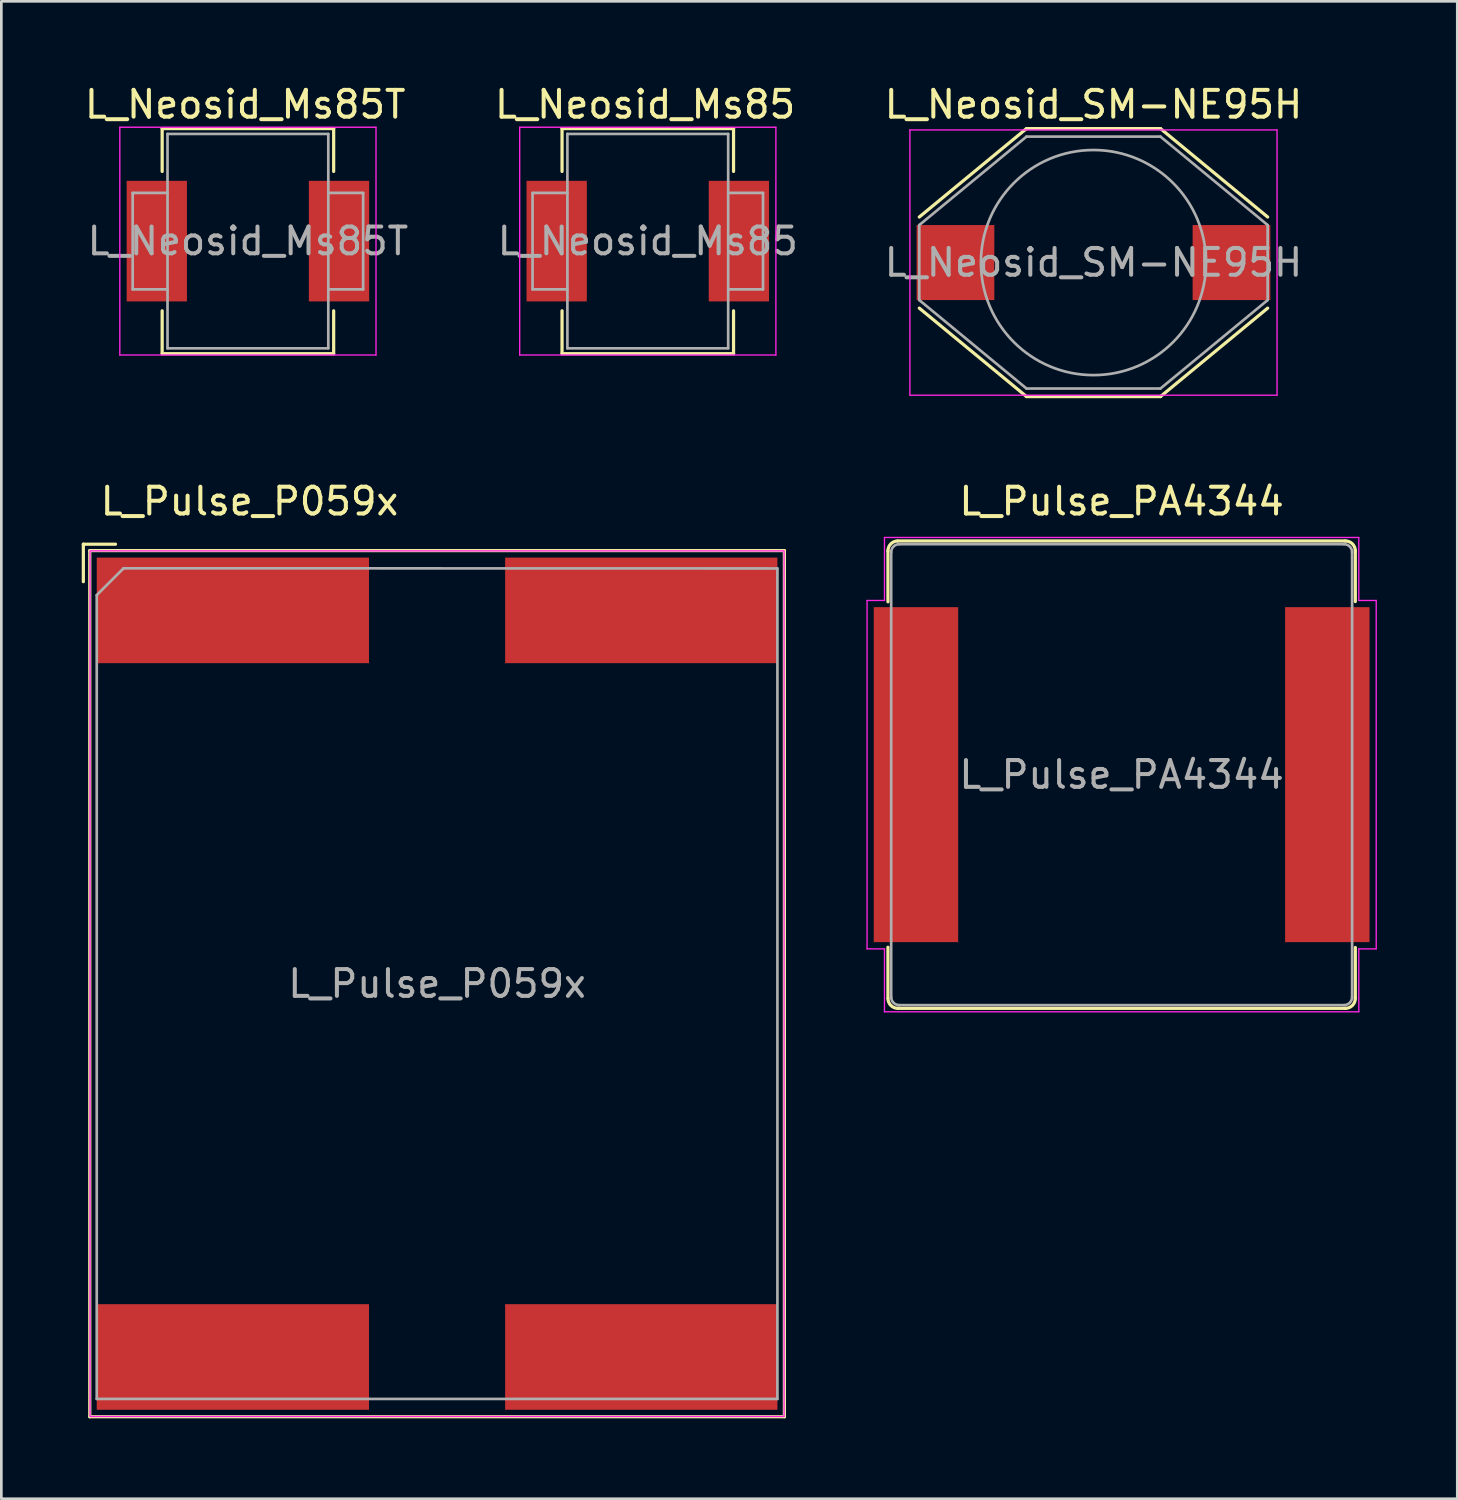
<source format=kicad_pcb>
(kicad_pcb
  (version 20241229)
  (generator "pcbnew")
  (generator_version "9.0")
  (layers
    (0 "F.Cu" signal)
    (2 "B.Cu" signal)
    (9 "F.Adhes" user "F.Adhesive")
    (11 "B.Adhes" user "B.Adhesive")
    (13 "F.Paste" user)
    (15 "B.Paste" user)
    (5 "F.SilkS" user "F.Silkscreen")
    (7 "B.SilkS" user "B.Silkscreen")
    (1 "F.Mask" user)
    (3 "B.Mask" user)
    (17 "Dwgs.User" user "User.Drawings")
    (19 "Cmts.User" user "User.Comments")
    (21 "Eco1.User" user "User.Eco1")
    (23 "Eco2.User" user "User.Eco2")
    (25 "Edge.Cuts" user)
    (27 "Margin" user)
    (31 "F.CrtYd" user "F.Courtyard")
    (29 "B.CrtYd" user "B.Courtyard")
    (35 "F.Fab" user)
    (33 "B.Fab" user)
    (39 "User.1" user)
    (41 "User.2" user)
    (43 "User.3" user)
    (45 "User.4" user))
  (footprint "L_Neosid_Ms85T"
    (layer "F.Cu")
    (at 6.201 5.948)
    (property "Reference" "L_Neosid_Ms85T" (at -0.1 -5.1 0) (layer "F.SilkS") (effects (font (size 1 1) (thickness 0.15))))
    (attr smd)
    (fp_line (start -3.2 -4.2) (end -3.2 -2.6) (stroke (width 0.12) (type solid)) (layer "F.SilkS"))
    (fp_line (start -3.2 2.6) (end -3.2 4.2) (stroke (width 0.12) (type solid)) (layer "F.SilkS"))
    (fp_line (start -3.2 4.2) (end 3.2 4.2) (stroke (width 0.12) (type solid)) (layer "F.SilkS"))
    (fp_line (start 3.2 -4.2) (end -3.2 -4.2) (stroke (width 0.12) (type solid)) (layer "F.SilkS"))
    (fp_line (start 3.2 -2.6) (end 3.2 -4.2) (stroke (width 0.12) (type solid)) (layer "F.SilkS"))
    (fp_line (start 3.2 4.2) (end 3.2 2.6) (stroke (width 0.12) (type solid)) (layer "F.SilkS"))
    (fp_line (start -4.78 -4.25) (end -4.78 4.25) (stroke (width 0.05) (type solid)) (layer "F.CrtYd"))
    (fp_line (start -4.78 -4.25) (end 4.78 -4.25) (stroke (width 0.05) (type solid)) (layer "F.CrtYd"))
    (fp_line (start 4.78 4.25) (end -4.78 4.25) (stroke (width 0.05) (type solid)) (layer "F.CrtYd"))
    (fp_line (start 4.78 4.25) (end 4.78 -4.25) (stroke (width 0.05) (type solid)) (layer "F.CrtYd"))
    (fp_line (start -4.3 -1.8) (end -4.3 1.8) (stroke (width 0.1) (type solid)) (layer "F.Fab"))
    (fp_line (start -4.3 -1.8) (end -3 -1.8) (stroke (width 0.1) (type solid)) (layer "F.Fab"))
    (fp_line (start -4.3 1.8) (end -3 1.8) (stroke (width 0.1) (type solid)) (layer "F.Fab"))
    (fp_line (start -3 -4) (end 3 -4) (stroke (width 0.1) (type solid)) (layer "F.Fab"))
    (fp_line (start -3 4) (end -3 -4) (stroke (width 0.1) (type solid)) (layer "F.Fab"))
    (fp_line (start 3 -4) (end 3 4) (stroke (width 0.1) (type solid)) (layer "F.Fab"))
    (fp_line (start 3 1.8) (end 4.3 1.8) (stroke (width 0.1) (type solid)) (layer "F.Fab"))
    (fp_line (start 3 4) (end -3 4) (stroke (width 0.1) (type solid)) (layer "F.Fab"))
    (fp_line (start 4.3 -1.8) (end 3 -1.8) (stroke (width 0.1) (type solid)) (layer "F.Fab"))
    (fp_line (start 4.3 1.8) (end 4.3 -1.8) (stroke (width 0.1) (type solid)) (layer "F.Fab"))
    (fp_text user "${REFERENCE}" (at 0 0 0) (layer "F.Fab") (effects (font (size 1 1) (thickness 0.15))))
    (pad "1" smd rect (at -3.4 0) (size 2.25 4.5) (layers "F.Cu" "F.Mask" "F.Paste"))
    (pad "2" smd rect (at 3.4 0) (size 2.25 4.5) (layers "F.Cu" "F.Mask" "F.Paste")))
  (footprint "L_Pulse_P059x"
    (layer "F.Cu")
    (at 13.26 33.657)
    (property "Reference" "L_Pulse_P059x" (at -7 -18 0) (unlocked yes) (layer "F.SilkS") (effects (font (size 1 1) (thickness 0.15))))
    (attr smd)
    (fp_line (start -13.2 -16.4) (end -12 -16.4) (stroke (width 0.12) (type solid)) (layer "F.SilkS"))
    (fp_line (start -13.2 -15) (end -13.2 -16.4) (stroke (width 0.12) (type solid)) (layer "F.SilkS"))
    (fp_line (start -12.96 -16.16) (end 12.96 -16.16) (stroke (width 0.12) (type solid)) (layer "F.SilkS"))
    (fp_line (start -12.96 16.16) (end -12.96 -16.16) (stroke (width 0.12) (type solid)) (layer "F.SilkS"))
    (fp_line (start 12.96 -16.16) (end 12.96 16.16) (stroke (width 0.12) (type solid)) (layer "F.SilkS"))
    (fp_line (start 12.96 16.16) (end -12.96 16.16) (stroke (width 0.12) (type solid)) (layer "F.SilkS"))
    (fp_rect (start -12.95 -16.15) (end 12.95 16.15) (stroke (width 0.05) (type solid)) (fill no) (layer "F.CrtYd"))
    (fp_line (start -12.7 -14.5) (end -11.7 -15.5) (stroke (width 0.1) (type solid)) (layer "F.Fab"))
    (fp_line (start -12.7 15.495) (end -12.7 -14.5) (stroke (width 0.1) (type solid)) (layer "F.Fab"))
    (fp_line (start -11.7 -15.5) (end 12.7 -15.495) (stroke (width 0.1) (type solid)) (layer "F.Fab"))
    (fp_line (start 12.7 -15.495) (end 12.7 15.495) (stroke (width 0.1) (type solid)) (layer "F.Fab"))
    (fp_line (start 12.7 15.495) (end -12.7 15.495) (stroke (width 0.1) (type solid)) (layer "F.Fab"))
    (fp_text user "${REFERENCE}" (at 0 0 0) (unlocked yes) (layer "F.Fab") (effects (font (size 1 1) (thickness 0.15))))
    (pad "1" smd rect (at -7.62 -13.93) (size 10.16 3.94) (layers "F.Cu" "F.Mask" "F.Paste"))
    (pad "2" smd rect (at 7.62 -13.93) (size 10.16 3.94) (layers "F.Cu" "F.Mask" "F.Paste"))
    (pad "3" smd rect (at 7.62 13.93) (size 10.16 3.94) (layers "F.Cu" "F.Mask" "F.Paste"))
    (pad "4" smd rect (at -7.62 13.93) (size 10.16 3.94) (layers "F.Cu" "F.Mask" "F.Paste")))
  (footprint "L_Neosid_SM-NE95H"
    (layer "F.Cu")
    (at 37.754 6.748)
    (property "Reference" "L_Neosid_SM-NE95H" (at 0 -5.9 0) (layer "F.SilkS") (effects (font (size 1 1) (thickness 0.15))))
    (attr smd)
    (fp_line (start -6.5 -1.7) (end -2.5 -5) (stroke (width 0.12) (type solid)) (layer "F.SilkS"))
    (fp_line (start -2.5 -5) (end 2.5 -5) (stroke (width 0.12) (type solid)) (layer "F.SilkS"))
    (fp_line (start -2.5 5) (end -6.5 1.7) (stroke (width 0.12) (type solid)) (layer "F.SilkS"))
    (fp_line (start 2.5 -5) (end 6.5 -1.7) (stroke (width 0.12) (type solid)) (layer "F.SilkS"))
    (fp_line (start 2.5 5) (end -2.5 5) (stroke (width 0.12) (type solid)) (layer "F.SilkS"))
    (fp_line (start 6.5 1.7) (end 2.5 5) (stroke (width 0.12) (type solid)) (layer "F.SilkS"))
    (fp_line (start -6.85 -4.95) (end -6.85 4.95) (stroke (width 0.05) (type solid)) (layer "F.CrtYd"))
    (fp_line (start -6.85 -4.95) (end 6.85 -4.95) (stroke (width 0.05) (type solid)) (layer "F.CrtYd"))
    (fp_line (start 6.85 4.95) (end -6.85 4.95) (stroke (width 0.05) (type solid)) (layer "F.CrtYd"))
    (fp_line (start 6.85 4.95) (end 6.85 -4.95) (stroke (width 0.05) (type solid)) (layer "F.CrtYd"))
    (fp_line (start -6.5 -1.4) (end -2.5 -4.7) (stroke (width 0.1) (type solid)) (layer "F.Fab"))
    (fp_line (start -6.5 1.4) (end -6.5 -1.4) (stroke (width 0.1) (type solid)) (layer "F.Fab"))
    (fp_line (start -2.5 -4.7) (end 2.5 -4.7) (stroke (width 0.1) (type solid)) (layer "F.Fab"))
    (fp_line (start -2.5 4.7) (end -6.5 1.4) (stroke (width 0.1) (type solid)) (layer "F.Fab"))
    (fp_line (start 2.5 -4.7) (end 6.5 -1.4) (stroke (width 0.1) (type solid)) (layer "F.Fab"))
    (fp_line (start 2.5 4.7) (end -2.5 4.7) (stroke (width 0.1) (type solid)) (layer "F.Fab"))
    (fp_line (start 6.5 -1.4) (end 6.5 1.4) (stroke (width 0.1) (type solid)) (layer "F.Fab"))
    (fp_line (start 6.5 1.4) (end 2.5 4.7) (stroke (width 0.1) (type solid)) (layer "F.Fab"))
    (fp_circle (center 0 0) (end 0 -4.2) (stroke (width 0.1) (type solid)) (fill no) (layer "F.Fab"))
    (fp_text user "${REFERENCE}" (at 0 0 0) (layer "F.Fab") (effects (font (size 1 1) (thickness 0.15))))
    (pad "1" smd rect (at -5.15 0) (size 2.9 2.8) (layers "F.Cu" "F.Mask" "F.Paste"))
    (pad "2" smd rect (at 5.15 0) (size 2.9 2.8) (layers "F.Cu" "F.Mask" "F.Paste")))
  (footprint "L_Pulse_PA4344"
    (layer "F.Cu")
    (at 38.805 25.857)
    (property "Reference" "L_Pulse_PA4344" (at 0 -10.2 0) (layer "F.SilkS") (effects (font (size 1 1) (thickness 0.15))))
    (attr smd)
    (fp_line (start -8.72 -8.35) (end -8.72 -6.45) (stroke (width 0.12) (type solid)) (layer "F.SilkS"))
    (fp_line (start -8.72 6.44) (end -8.72 8.34) (stroke (width 0.12) (type solid)) (layer "F.SilkS"))
    (fp_line (start -8.35 -8.72) (end 8.35 -8.72) (stroke (width 0.12) (type solid)) (layer "F.SilkS"))
    (fp_line (start 8.35 8.72) (end -8.35 8.72) (stroke (width 0.12) (type solid)) (layer "F.SilkS"))
    (fp_line (start 8.72 -8.36) (end 8.72 -6.46) (stroke (width 0.12) (type solid)) (layer "F.SilkS"))
    (fp_line (start 8.72 6.45) (end 8.72 8.35) (stroke (width 0.12) (type solid)) (layer "F.SilkS"))
    (fp_arc (start -8.72054 -8.35) (mid -8.618989 -8.604842) (end -8.37 -8.72) (stroke (width 0.12) (type solid)) (layer "F.SilkS"))
    (fp_arc (start -8.35 8.720135) (mid -8.608165 8.615237) (end -8.72 8.36) (stroke (width 0.12) (type solid)) (layer "F.SilkS"))
    (fp_arc (start 8.35 -8.720135) (mid 8.608165 -8.615237) (end 8.72 -8.36) (stroke (width 0.12) (type solid)) (layer "F.SilkS"))
    (fp_arc (start 8.72 8.35) (mid 8.61163 8.61163) (end 8.35 8.72) (stroke (width 0.12) (type solid)) (layer "F.SilkS"))
    (fp_line (start -9.5 -6.5) (end -9.5 6.5) (stroke (width 0.05) (type solid)) (layer "F.CrtYd"))
    (fp_line (start -9.5 -6.5) (end -8.85 -6.5) (stroke (width 0.05) (type solid)) (layer "F.CrtYd"))
    (fp_line (start -8.85 -8.85) (end -8.85 -6.5) (stroke (width 0.05) (type solid)) (layer "F.CrtYd"))
    (fp_line (start -8.85 -8.85) (end 8.85 -8.85) (stroke (width 0.05) (type solid)) (layer "F.CrtYd"))
    (fp_line (start -8.85 6.5) (end -9.5 6.5) (stroke (width 0.05) (type solid)) (layer "F.CrtYd"))
    (fp_line (start -8.85 8.85) (end -8.85 6.5) (stroke (width 0.05) (type solid)) (layer "F.CrtYd"))
    (fp_line (start 8.85 -8.85) (end 8.85 -6.5) (stroke (width 0.05) (type solid)) (layer "F.CrtYd"))
    (fp_line (start 8.85 6.5) (end 8.85 8.85) (stroke (width 0.05) (type solid)) (layer "F.CrtYd"))
    (fp_line (start 8.85 8.85) (end -8.85 8.85) (stroke (width 0.05) (type solid)) (layer "F.CrtYd"))
    (fp_line (start 9.5 -6.5) (end 8.85 -6.5) (stroke (width 0.05) (type solid)) (layer "F.CrtYd"))
    (fp_line (start 9.5 -6.5) (end 9.5 6.5) (stroke (width 0.05) (type solid)) (layer "F.CrtYd"))
    (fp_line (start 9.5 6.5) (end 8.85 6.5) (stroke (width 0.05) (type solid)) (layer "F.CrtYd"))
    (fp_line (start -8.6 -8.3) (end -8.6 8.3) (stroke (width 0.1) (type solid)) (layer "F.Fab"))
    (fp_line (start -8.3 -8.6) (end 8.3 -8.6) (stroke (width 0.1) (type solid)) (layer "F.Fab"))
    (fp_line (start 8.3 8.6) (end -8.3 8.6) (stroke (width 0.1) (type solid)) (layer "F.Fab"))
    (fp_line (start 8.6 -8.3) (end 8.6 8.3) (stroke (width 0.1) (type solid)) (layer "F.Fab"))
    (fp_arc (start -8.6 -8.3) (mid -8.512132 -8.512132) (end -8.3 -8.6) (stroke (width 0.1) (type solid)) (layer "F.Fab"))
    (fp_arc (start -8.3 8.6) (mid -8.512132 8.512132) (end -8.6 8.3) (stroke (width 0.1) (type solid)) (layer "F.Fab"))
    (fp_arc (start 8.3 -8.6) (mid 8.512132 -8.512132) (end 8.6 -8.3) (stroke (width 0.1) (type solid)) (layer "F.Fab"))
    (fp_arc (start 8.6 8.3) (mid 8.512132 8.512132) (end 8.3 8.6) (stroke (width 0.1) (type solid)) (layer "F.Fab"))
    (fp_text user "${REFERENCE}" (at 0 0 0) (layer "F.Fab") (effects (font (size 1 1) (thickness 0.15))))
    (pad "1" smd rect (at -7.675 0) (size 3.15 12.5) (layers "F.Cu" "F.Mask" "F.Paste"))
    (pad "2" smd rect (at 7.675 0) (size 3.15 12.5) (layers "F.Cu" "F.Mask" "F.Paste")))
  (footprint "L_Neosid_Ms85"
    (layer "F.Cu")
    (at 21.123 5.948)
    (property "Reference" "L_Neosid_Ms85" (at -0.1 -5.1 0) (layer "F.SilkS") (effects (font (size 1 1) (thickness 0.15))))
    (attr smd)
    (fp_line (start -3.2 -4.2) (end -3.2 -2.6) (stroke (width 0.12) (type solid)) (layer "F.SilkS"))
    (fp_line (start -3.2 2.6) (end -3.2 4.2) (stroke (width 0.12) (type solid)) (layer "F.SilkS"))
    (fp_line (start -3.2 4.2) (end 3.2 4.2) (stroke (width 0.12) (type solid)) (layer "F.SilkS"))
    (fp_line (start 3.2 -4.2) (end -3.2 -4.2) (stroke (width 0.12) (type solid)) (layer "F.SilkS"))
    (fp_line (start 3.2 -2.6) (end 3.2 -4.2) (stroke (width 0.12) (type solid)) (layer "F.SilkS"))
    (fp_line (start 3.2 4.2) (end 3.2 2.6) (stroke (width 0.12) (type solid)) (layer "F.SilkS"))
    (fp_line (start -4.78 -4.25) (end -4.78 4.25) (stroke (width 0.05) (type solid)) (layer "F.CrtYd"))
    (fp_line (start -4.78 -4.25) (end 4.78 -4.25) (stroke (width 0.05) (type solid)) (layer "F.CrtYd"))
    (fp_line (start 4.78 4.25) (end -4.78 4.25) (stroke (width 0.05) (type solid)) (layer "F.CrtYd"))
    (fp_line (start 4.78 4.25) (end 4.78 -4.25) (stroke (width 0.05) (type solid)) (layer "F.CrtYd"))
    (fp_line (start -4.3 -1.8) (end -4.3 1.8) (stroke (width 0.1) (type solid)) (layer "F.Fab"))
    (fp_line (start -4.3 -1.8) (end -3 -1.8) (stroke (width 0.1) (type solid)) (layer "F.Fab"))
    (fp_line (start -4.3 1.8) (end -3 1.8) (stroke (width 0.1) (type solid)) (layer "F.Fab"))
    (fp_line (start -3 -4) (end 3 -4) (stroke (width 0.1) (type solid)) (layer "F.Fab"))
    (fp_line (start -3 4) (end -3 -4) (stroke (width 0.1) (type solid)) (layer "F.Fab"))
    (fp_line (start 3 -4) (end 3 4) (stroke (width 0.1) (type solid)) (layer "F.Fab"))
    (fp_line (start 3 1.8) (end 4.3 1.8) (stroke (width 0.1) (type solid)) (layer "F.Fab"))
    (fp_line (start 3 4) (end -3 4) (stroke (width 0.1) (type solid)) (layer "F.Fab"))
    (fp_line (start 4.3 -1.8) (end 3 -1.8) (stroke (width 0.1) (type solid)) (layer "F.Fab"))
    (fp_line (start 4.3 1.8) (end 4.3 -1.8) (stroke (width 0.1) (type solid)) (layer "F.Fab"))
    (fp_text user "${REFERENCE}" (at 0 0 0) (layer "F.Fab") (effects (font (size 1 1) (thickness 0.15))))
    (pad "1" smd rect (at -3.4 0) (size 2.25 4.5) (layers "F.Cu" "F.Mask" "F.Paste"))
    (pad "2" smd rect (at 3.4 0) (size 2.25 4.5) (layers "F.Cu" "F.Mask" "F.Paste")))
  (gr_rect
    (start -3 -3)
    (end 51.33 52.877)
    (stroke (width 0.1) (type default))
    (fill no)
    (layer "Edge.Cuts")))
</source>
